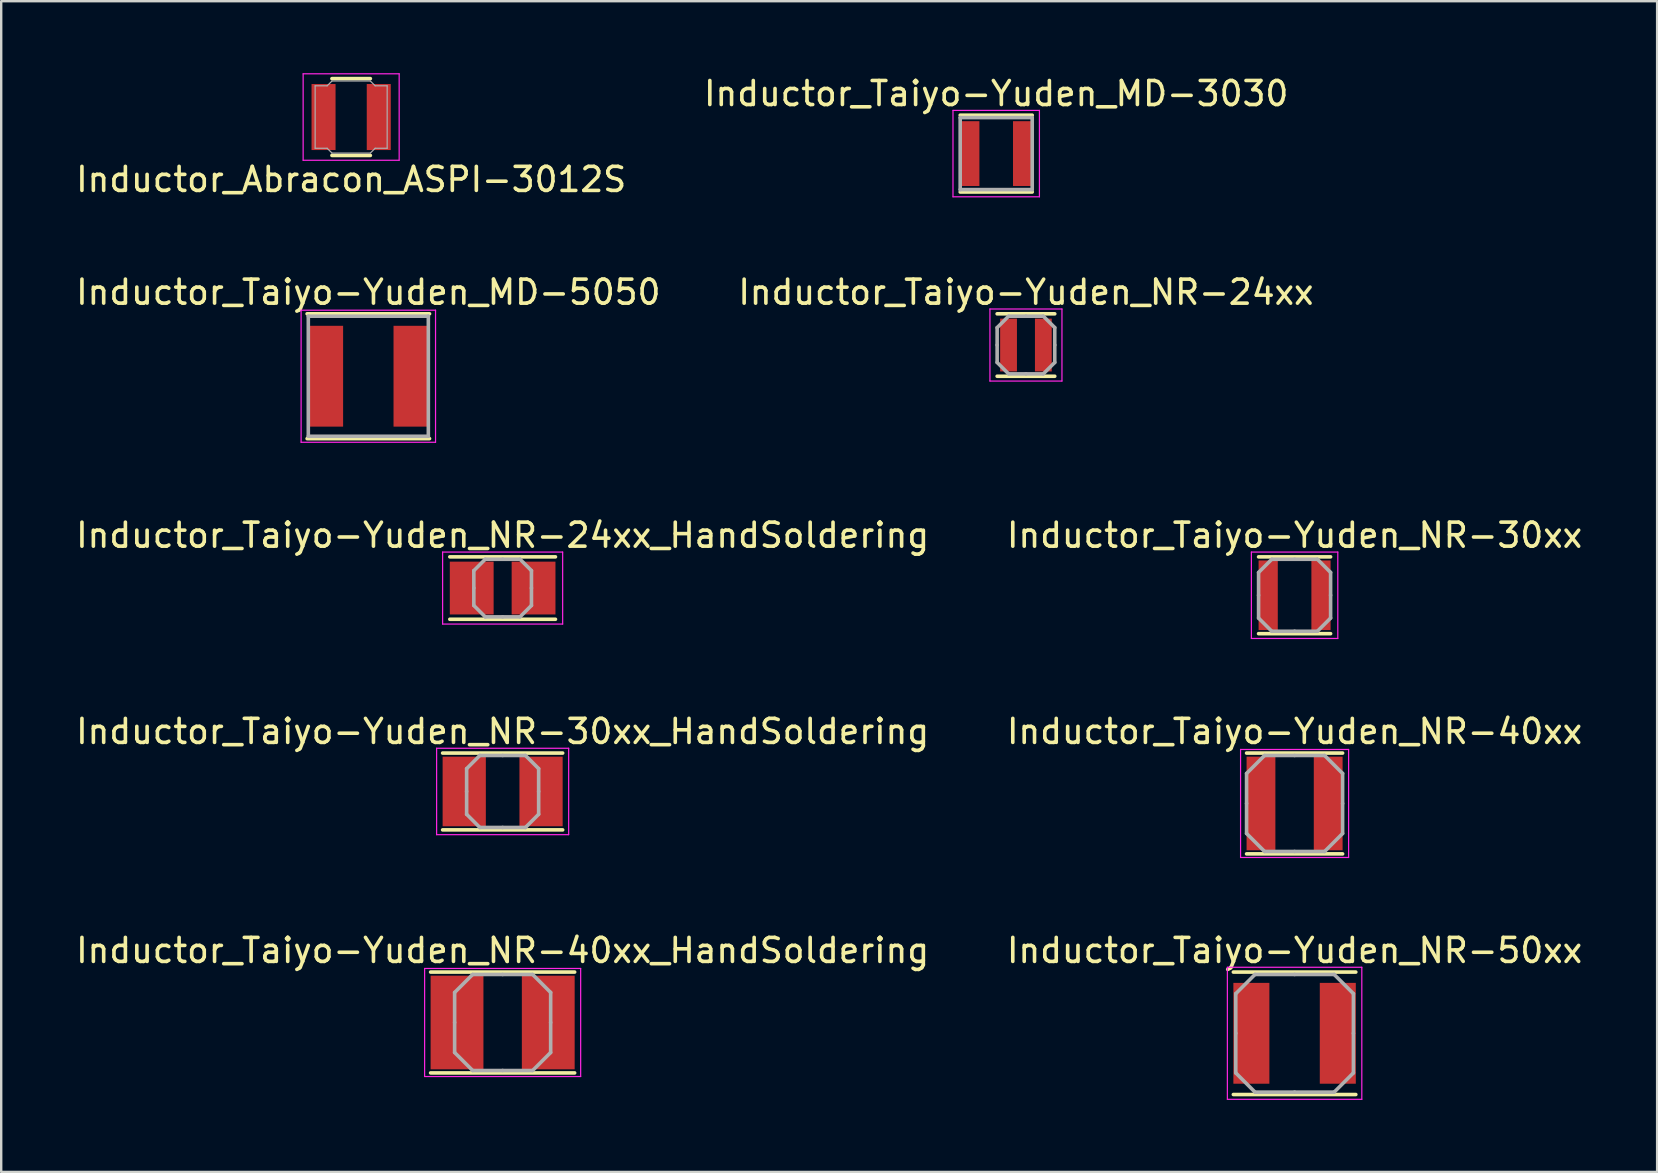
<source format=kicad_pcb>
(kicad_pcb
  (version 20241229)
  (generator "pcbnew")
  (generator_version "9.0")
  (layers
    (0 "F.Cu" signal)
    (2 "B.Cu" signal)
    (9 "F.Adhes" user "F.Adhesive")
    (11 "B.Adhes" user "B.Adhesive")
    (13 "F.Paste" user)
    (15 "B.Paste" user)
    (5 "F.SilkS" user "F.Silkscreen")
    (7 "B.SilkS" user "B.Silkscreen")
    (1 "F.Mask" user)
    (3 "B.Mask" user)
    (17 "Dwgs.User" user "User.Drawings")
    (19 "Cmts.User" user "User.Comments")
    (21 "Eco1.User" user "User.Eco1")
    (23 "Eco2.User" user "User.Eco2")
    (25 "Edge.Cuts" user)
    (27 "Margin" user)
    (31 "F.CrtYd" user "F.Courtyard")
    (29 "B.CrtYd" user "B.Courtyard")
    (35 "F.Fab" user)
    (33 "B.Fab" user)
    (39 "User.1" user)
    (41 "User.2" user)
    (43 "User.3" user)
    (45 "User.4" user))
  (footprint "Inductor_Taiyo-Yuden_MD-3030"
    (layer "F.Cu")
    (at 38.446 3.348)
    (property "Reference" "Inductor_Taiyo-Yuden_MD-3030" (at 0 -2.5 0) (layer "F.SilkS") (effects (font (size 1 1) (thickness 0.15))))
    (attr smd)
    (fp_line (start -1.5 -1.6) (end 1.5 -1.6) (stroke (width 0.15) (type solid)) (layer "F.SilkS"))
    (fp_line (start -1.5 1.6) (end 1.5 1.6) (stroke (width 0.15) (type solid)) (layer "F.SilkS"))
    (fp_line (start -1.8 -1.8) (end -1.8 1.8) (stroke (width 0.05) (type solid)) (layer "F.CrtYd"))
    (fp_line (start -1.8 1.8) (end 1.8 1.8) (stroke (width 0.05) (type solid)) (layer "F.CrtYd"))
    (fp_line (start 1.8 -1.8) (end -1.8 -1.8) (stroke (width 0.05) (type solid)) (layer "F.CrtYd"))
    (fp_line (start 1.8 1.8) (end 1.8 -1.8) (stroke (width 0.05) (type solid)) (layer "F.CrtYd"))
    (fp_line (start -1.5 -1.5) (end -1.5 1.5) (stroke (width 0.15) (type solid)) (layer "F.Fab"))
    (fp_line (start -1.5 1.5) (end 1.5 1.5) (stroke (width 0.15) (type solid)) (layer "F.Fab"))
    (fp_line (start 1.5 -1.5) (end -1.5 -1.5) (stroke (width 0.15) (type solid)) (layer "F.Fab"))
    (fp_line (start 1.5 1.5) (end 1.5 -1.5) (stroke (width 0.15) (type solid)) (layer "F.Fab"))
    (pad "1" smd rect (at -1.1 0) (size 0.8 2.7) (layers "F.Cu" "F.Mask" "F.Paste"))
    (pad "2" smd rect (at 1.1 0) (size 0.8 2.7) (layers "F.Cu" "F.Mask" "F.Paste")))
  (footprint "Inductor_Taiyo-Yuden_NR-30xx_HandSoldering"
    (layer "F.Cu")
    (at 17.887 29.918)
    (property "Reference" "Inductor_Taiyo-Yuden_NR-30xx_HandSoldering" (at 0 -2.5 0) (layer "F.SilkS") (effects (font (size 1 1) (thickness 0.15))))
    (attr smd)
    (fp_line (start -2.5 -1.6) (end 2.5 -1.6) (stroke (width 0.15) (type solid)) (layer "F.SilkS"))
    (fp_line (start -2.5 1.6) (end 2.5 1.6) (stroke (width 0.15) (type solid)) (layer "F.SilkS"))
    (fp_line (start -2.75 -1.8) (end -2.75 1.8) (stroke (width 0.05) (type solid)) (layer "F.CrtYd"))
    (fp_line (start -2.75 1.8) (end 2.75 1.8) (stroke (width 0.05) (type solid)) (layer "F.CrtYd"))
    (fp_line (start 2.75 -1.8) (end -2.75 -1.8) (stroke (width 0.05) (type solid)) (layer "F.CrtYd"))
    (fp_line (start 2.75 1.8) (end 2.75 -1.8) (stroke (width 0.05) (type solid)) (layer "F.CrtYd"))
    (fp_line (start -1.5 -0.95) (end -0.95 -1.5) (stroke (width 0.15) (type solid)) (layer "F.Fab"))
    (fp_line (start -1.5 0) (end -1.5 -0.95) (stroke (width 0.15) (type solid)) (layer "F.Fab"))
    (fp_line (start -1.5 0) (end -1.5 0.95) (stroke (width 0.15) (type solid)) (layer "F.Fab"))
    (fp_line (start -1.5 0.95) (end -0.95 1.5) (stroke (width 0.15) (type solid)) (layer "F.Fab"))
    (fp_line (start -0.95 -1.5) (end 0 -1.5) (stroke (width 0.15) (type solid)) (layer "F.Fab"))
    (fp_line (start -0.95 1.5) (end 0 1.5) (stroke (width 0.15) (type solid)) (layer "F.Fab"))
    (fp_line (start 0.95 -1.5) (end 0 -1.5) (stroke (width 0.15) (type solid)) (layer "F.Fab"))
    (fp_line (start 0.95 1.5) (end 0 1.5) (stroke (width 0.15) (type solid)) (layer "F.Fab"))
    (fp_line (start 1.5 -0.95) (end 0.95 -1.5) (stroke (width 0.15) (type solid)) (layer "F.Fab"))
    (fp_line (start 1.5 0) (end 1.5 -0.95) (stroke (width 0.15) (type solid)) (layer "F.Fab"))
    (fp_line (start 1.5 0) (end 1.5 0.95) (stroke (width 0.15) (type solid)) (layer "F.Fab"))
    (fp_line (start 1.5 0.95) (end 0.95 1.5) (stroke (width 0.15) (type solid)) (layer "F.Fab"))
    (pad "1" smd rect (at -1.6 0) (size 1.8 2.9) (layers "F.Cu" "F.Mask" "F.Paste"))
    (pad "2" smd rect (at 1.6 0) (size 1.8 2.9) (layers "F.Cu" "F.Mask" "F.Paste")))
  (footprint "Inductor_Taiyo-Yuden_NR-24xx_HandSoldering"
    (layer "F.Cu")
    (at 17.887 21.445)
    (property "Reference" "Inductor_Taiyo-Yuden_NR-24xx_HandSoldering" (at 0 -2.2 0) (layer "F.SilkS") (effects (font (size 1 1) (thickness 0.15))))
    (attr smd)
    (fp_line (start -2.2 -1.3) (end 2.2 -1.3) (stroke (width 0.15) (type solid)) (layer "F.SilkS"))
    (fp_line (start -2.2 1.3) (end 2.2 1.3) (stroke (width 0.15) (type solid)) (layer "F.SilkS"))
    (fp_line (start -2.5 -1.5) (end -2.5 1.5) (stroke (width 0.05) (type solid)) (layer "F.CrtYd"))
    (fp_line (start -2.5 1.5) (end 2.5 1.5) (stroke (width 0.05) (type solid)) (layer "F.CrtYd"))
    (fp_line (start 2.5 -1.5) (end -2.5 -1.5) (stroke (width 0.05) (type solid)) (layer "F.CrtYd"))
    (fp_line (start 2.5 1.5) (end 2.5 -1.5) (stroke (width 0.05) (type solid)) (layer "F.CrtYd"))
    (fp_line (start -1.2 -0.725) (end -0.725 -1.2) (stroke (width 0.15) (type solid)) (layer "F.Fab"))
    (fp_line (start -1.2 0) (end -1.2 -0.725) (stroke (width 0.15) (type solid)) (layer "F.Fab"))
    (fp_line (start -1.2 0) (end -1.2 0.725) (stroke (width 0.15) (type solid)) (layer "F.Fab"))
    (fp_line (start -1.2 0.725) (end -0.725 1.2) (stroke (width 0.15) (type solid)) (layer "F.Fab"))
    (fp_line (start -0.725 -1.2) (end 0 -1.2) (stroke (width 0.15) (type solid)) (layer "F.Fab"))
    (fp_line (start -0.725 1.2) (end 0 1.2) (stroke (width 0.15) (type solid)) (layer "F.Fab"))
    (fp_line (start 0.725 -1.2) (end 0 -1.2) (stroke (width 0.15) (type solid)) (layer "F.Fab"))
    (fp_line (start 0.725 1.2) (end 0 1.2) (stroke (width 0.15) (type solid)) (layer "F.Fab"))
    (fp_line (start 1.2 -0.725) (end 0.725 -1.2) (stroke (width 0.15) (type solid)) (layer "F.Fab"))
    (fp_line (start 1.2 0) (end 1.2 -0.725) (stroke (width 0.15) (type solid)) (layer "F.Fab"))
    (fp_line (start 1.2 0) (end 1.2 0.725) (stroke (width 0.15) (type solid)) (layer "F.Fab"))
    (fp_line (start 1.2 0.725) (end 0.725 1.2) (stroke (width 0.15) (type solid)) (layer "F.Fab"))
    (pad "1" smd rect (at -1.288 0) (size 1.825 2.2) (layers "F.Cu" "F.Mask" "F.Paste"))
    (pad "2" smd rect (at 1.288 0) (size 1.825 2.2) (layers "F.Cu" "F.Mask" "F.Paste")))
  (footprint "Inductor_Taiyo-Yuden_NR-50xx"
    (layer "F.Cu")
    (at 50.875 39.991)
    (property "Reference" "Inductor_Taiyo-Yuden_NR-50xx" (at 0 -3.45 0) (layer "F.SilkS") (effects (font (size 1 1) (thickness 0.15))))
    (attr smd)
    (fp_line (start -2.55 -2.55) (end 2.55 -2.55) (stroke (width 0.15) (type solid)) (layer "F.SilkS"))
    (fp_line (start -2.55 2.55) (end 2.55 2.55) (stroke (width 0.15) (type solid)) (layer "F.SilkS"))
    (fp_line (start -2.8 -2.75) (end -2.8 2.75) (stroke (width 0.05) (type solid)) (layer "F.CrtYd"))
    (fp_line (start -2.8 2.75) (end 2.8 2.75) (stroke (width 0.05) (type solid)) (layer "F.CrtYd"))
    (fp_line (start 2.8 -2.75) (end -2.8 -2.75) (stroke (width 0.05) (type solid)) (layer "F.CrtYd"))
    (fp_line (start 2.8 2.75) (end 2.8 -2.75) (stroke (width 0.05) (type solid)) (layer "F.CrtYd"))
    (fp_line (start -2.45 -1.65) (end -1.65 -2.45) (stroke (width 0.15) (type solid)) (layer "F.Fab"))
    (fp_line (start -2.45 0) (end -2.45 -1.65) (stroke (width 0.15) (type solid)) (layer "F.Fab"))
    (fp_line (start -2.45 0) (end -2.45 1.65) (stroke (width 0.15) (type solid)) (layer "F.Fab"))
    (fp_line (start -2.45 1.65) (end -1.65 2.45) (stroke (width 0.15) (type solid)) (layer "F.Fab"))
    (fp_line (start -1.65 -2.45) (end 0 -2.45) (stroke (width 0.15) (type solid)) (layer "F.Fab"))
    (fp_line (start -1.65 2.45) (end 0 2.45) (stroke (width 0.15) (type solid)) (layer "F.Fab"))
    (fp_line (start 1.65 -2.45) (end 0 -2.45) (stroke (width 0.15) (type solid)) (layer "F.Fab"))
    (fp_line (start 1.65 2.45) (end 0 2.45) (stroke (width 0.15) (type solid)) (layer "F.Fab"))
    (fp_line (start 2.45 -1.65) (end 1.65 -2.45) (stroke (width 0.15) (type solid)) (layer "F.Fab"))
    (fp_line (start 2.45 0) (end 2.45 -1.65) (stroke (width 0.15) (type solid)) (layer "F.Fab"))
    (fp_line (start 2.45 0) (end 2.45 1.65) (stroke (width 0.15) (type solid)) (layer "F.Fab"))
    (fp_line (start 2.45 1.65) (end 1.65 2.45) (stroke (width 0.15) (type solid)) (layer "F.Fab"))
    (pad "1" smd rect (at -1.8 0) (size 1.5 4.2) (layers "F.Cu" "F.Mask" "F.Paste"))
    (pad "2" smd rect (at 1.8 0) (size 1.5 4.2) (layers "F.Cu" "F.Mask" "F.Paste")))
  (footprint "Inductor_Taiyo-Yuden_NR-30xx"
    (layer "F.Cu")
    (at 50.875 21.745)
    (property "Reference" "Inductor_Taiyo-Yuden_NR-30xx" (at 0 -2.5 0) (layer "F.SilkS") (effects (font (size 1 1) (thickness 0.15))))
    (attr smd)
    (fp_line (start -1.5 -1.6) (end 1.5 -1.6) (stroke (width 0.15) (type solid)) (layer "F.SilkS"))
    (fp_line (start -1.5 1.6) (end 1.5 1.6) (stroke (width 0.15) (type solid)) (layer "F.SilkS"))
    (fp_line (start -1.8 -1.8) (end -1.8 1.8) (stroke (width 0.05) (type solid)) (layer "F.CrtYd"))
    (fp_line (start -1.8 1.8) (end 1.8 1.8) (stroke (width 0.05) (type solid)) (layer "F.CrtYd"))
    (fp_line (start 1.8 -1.8) (end -1.8 -1.8) (stroke (width 0.05) (type solid)) (layer "F.CrtYd"))
    (fp_line (start 1.8 1.8) (end 1.8 -1.8) (stroke (width 0.05) (type solid)) (layer "F.CrtYd"))
    (fp_line (start -1.5 -0.95) (end -0.95 -1.5) (stroke (width 0.15) (type solid)) (layer "F.Fab"))
    (fp_line (start -1.5 0) (end -1.5 -0.95) (stroke (width 0.15) (type solid)) (layer "F.Fab"))
    (fp_line (start -1.5 0) (end -1.5 0.95) (stroke (width 0.15) (type solid)) (layer "F.Fab"))
    (fp_line (start -1.5 0.95) (end -0.95 1.5) (stroke (width 0.15) (type solid)) (layer "F.Fab"))
    (fp_line (start -0.95 -1.5) (end 0 -1.5) (stroke (width 0.15) (type solid)) (layer "F.Fab"))
    (fp_line (start -0.95 1.5) (end 0 1.5) (stroke (width 0.15) (type solid)) (layer "F.Fab"))
    (fp_line (start 0.95 -1.5) (end 0 -1.5) (stroke (width 0.15) (type solid)) (layer "F.Fab"))
    (fp_line (start 0.95 1.5) (end 0 1.5) (stroke (width 0.15) (type solid)) (layer "F.Fab"))
    (fp_line (start 1.5 -0.95) (end 0.95 -1.5) (stroke (width 0.15) (type solid)) (layer "F.Fab"))
    (fp_line (start 1.5 0) (end 1.5 -0.95) (stroke (width 0.15) (type solid)) (layer "F.Fab"))
    (fp_line (start 1.5 0) (end 1.5 0.95) (stroke (width 0.15) (type solid)) (layer "F.Fab"))
    (fp_line (start 1.5 0.95) (end 0.95 1.5) (stroke (width 0.15) (type solid)) (layer "F.Fab"))
    (pad "1" smd rect (at -1.1 0) (size 0.8 2.9) (layers "F.Cu" "F.Mask" "F.Paste"))
    (pad "2" smd rect (at 1.1 0) (size 0.8 2.9) (layers "F.Cu" "F.Mask" "F.Paste")))
  (footprint "Inductor_Abracon_ASPI-3012S"
    (layer "F.Cu")
    (at 11.577 1.825)
    (property "Reference" "Inductor_Abracon_ASPI-3012S" (at 0 2.6 0) (layer "F.SilkS") (effects (font (size 1 1) (thickness 0.15))))
    (attr smd)
    (fp_line (start -0.8 -1.6) (end 0.8 -1.6) (stroke (width 0.15) (type solid)) (layer "F.SilkS"))
    (fp_line (start -0.8 1.6) (end 0.8 1.6) (stroke (width 0.15) (type solid)) (layer "F.SilkS"))
    (fp_line (start -2 -1.8) (end -2 1.8) (stroke (width 0.05) (type solid)) (layer "F.CrtYd"))
    (fp_line (start -2 1.8) (end 2 1.8) (stroke (width 0.05) (type solid)) (layer "F.CrtYd"))
    (fp_line (start 2 -1.8) (end -2 -1.8) (stroke (width 0.05) (type solid)) (layer "F.CrtYd"))
    (fp_line (start 2 1.8) (end 2 -1.8) (stroke (width 0.05) (type solid)) (layer "F.CrtYd"))
    (fp_line (start -1.5 -1.3) (end -1.5 1.3) (stroke (width 0.05) (type solid)) (layer "F.Fab"))
    (fp_line (start -1.5 1.3) (end -1 1.3) (stroke (width 0.05) (type solid)) (layer "F.Fab"))
    (fp_line (start -1 -1.3) (end -1.5 -1.3) (stroke (width 0.05) (type solid)) (layer "F.Fab"))
    (fp_line (start -1 1.3) (end -0.8 1.5) (stroke (width 0.05) (type solid)) (layer "F.Fab"))
    (fp_line (start -0.8 -1.5) (end -1 -1.3) (stroke (width 0.05) (type solid)) (layer "F.Fab"))
    (fp_line (start -0.8 1.5) (end 0.8 1.5) (stroke (width 0.05) (type solid)) (layer "F.Fab"))
    (fp_line (start 0.8 -1.5) (end -0.8 -1.5) (stroke (width 0.05) (type solid)) (layer "F.Fab"))
    (fp_line (start 0.8 1.5) (end 1 1.3) (stroke (width 0.05) (type solid)) (layer "F.Fab"))
    (fp_line (start 1 -1.3) (end 0.8 -1.5) (stroke (width 0.05) (type solid)) (layer "F.Fab"))
    (fp_line (start 1 1.3) (end 1.5 1.3) (stroke (width 0.05) (type solid)) (layer "F.Fab"))
    (fp_line (start 1.5 -1.3) (end 1 -1.3) (stroke (width 0.05) (type solid)) (layer "F.Fab"))
    (fp_line (start 1.5 1.3) (end 1.5 -1.3) (stroke (width 0.05) (type solid)) (layer "F.Fab"))
    (pad "1" smd rect (at -1.15 0) (size 1 2.75) (layers "F.Cu" "F.Mask" "F.Paste"))
    (pad "2" smd rect (at 1.15 0) (size 1 2.75) (layers "F.Cu" "F.Mask" "F.Paste")))
  (footprint "Inductor_Taiyo-Yuden_NR-40xx"
    (layer "F.Cu")
    (at 50.875 30.418)
    (property "Reference" "Inductor_Taiyo-Yuden_NR-40xx" (at 0 -3 0) (layer "F.SilkS") (effects (font (size 1 1) (thickness 0.15))))
    (attr smd)
    (fp_line (start -2 -2.1) (end 2 -2.1) (stroke (width 0.15) (type solid)) (layer "F.SilkS"))
    (fp_line (start -2 2.1) (end 2 2.1) (stroke (width 0.15) (type solid)) (layer "F.SilkS"))
    (fp_line (start -2.25 -2.25) (end -2.25 2.25) (stroke (width 0.05) (type solid)) (layer "F.CrtYd"))
    (fp_line (start -2.25 2.25) (end 2.25 2.25) (stroke (width 0.05) (type solid)) (layer "F.CrtYd"))
    (fp_line (start 2.25 -2.25) (end -2.25 -2.25) (stroke (width 0.05) (type solid)) (layer "F.CrtYd"))
    (fp_line (start 2.25 2.25) (end 2.25 -2.25) (stroke (width 0.05) (type solid)) (layer "F.CrtYd"))
    (fp_line (start -2 -1.25) (end -1.25 -2) (stroke (width 0.15) (type solid)) (layer "F.Fab"))
    (fp_line (start -2 0) (end -2 -1.25) (stroke (width 0.15) (type solid)) (layer "F.Fab"))
    (fp_line (start -2 0) (end -2 1.25) (stroke (width 0.15) (type solid)) (layer "F.Fab"))
    (fp_line (start -2 1.25) (end -1.25 2) (stroke (width 0.15) (type solid)) (layer "F.Fab"))
    (fp_line (start -1.25 -2) (end 0 -2) (stroke (width 0.15) (type solid)) (layer "F.Fab"))
    (fp_line (start -1.25 2) (end 0 2) (stroke (width 0.15) (type solid)) (layer "F.Fab"))
    (fp_line (start 1.25 -2) (end 0 -2) (stroke (width 0.15) (type solid)) (layer "F.Fab"))
    (fp_line (start 1.25 2) (end 0 2) (stroke (width 0.15) (type solid)) (layer "F.Fab"))
    (fp_line (start 2 -1.25) (end 1.25 -2) (stroke (width 0.15) (type solid)) (layer "F.Fab"))
    (fp_line (start 2 0) (end 2 -1.25) (stroke (width 0.15) (type solid)) (layer "F.Fab"))
    (fp_line (start 2 0) (end 2 1.25) (stroke (width 0.15) (type solid)) (layer "F.Fab"))
    (fp_line (start 2 1.25) (end 1.25 2) (stroke (width 0.15) (type solid)) (layer "F.Fab"))
    (pad "1" smd rect (at -1.4 0) (size 1.2 3.9) (layers "F.Cu" "F.Mask" "F.Paste"))
    (pad "2" smd rect (at 1.4 0) (size 1.2 3.9) (layers "F.Cu" "F.Mask" "F.Paste")))
  (footprint "Inductor_Taiyo-Yuden_MD-5050"
    (layer "F.Cu")
    (at 12.292 12.621)
    (property "Reference" "Inductor_Taiyo-Yuden_MD-5050" (at 0 -3.5 0) (layer "F.SilkS") (effects (font (size 1 1) (thickness 0.15))))
    (attr smd)
    (fp_line (start -2.55 -2.6) (end 2.55 -2.6) (stroke (width 0.15) (type solid)) (layer "F.SilkS"))
    (fp_line (start -2.55 2.6) (end 2.55 2.6) (stroke (width 0.15) (type solid)) (layer "F.SilkS"))
    (fp_line (start -2.8 -2.75) (end -2.8 2.75) (stroke (width 0.05) (type solid)) (layer "F.CrtYd"))
    (fp_line (start -2.8 2.75) (end 2.8 2.75) (stroke (width 0.05) (type solid)) (layer "F.CrtYd"))
    (fp_line (start 2.8 -2.75) (end -2.8 -2.75) (stroke (width 0.05) (type solid)) (layer "F.CrtYd"))
    (fp_line (start 2.8 2.75) (end 2.8 -2.75) (stroke (width 0.05) (type solid)) (layer "F.CrtYd"))
    (fp_line (start -2.5 -2.5) (end -2.5 2.5) (stroke (width 0.15) (type solid)) (layer "F.Fab"))
    (fp_line (start -2.5 2.5) (end 2.5 2.5) (stroke (width 0.15) (type solid)) (layer "F.Fab"))
    (fp_line (start 2.5 -2.5) (end -2.5 -2.5) (stroke (width 0.15) (type solid)) (layer "F.Fab"))
    (fp_line (start 2.5 2.5) (end 2.5 -2.5) (stroke (width 0.15) (type solid)) (layer "F.Fab"))
    (pad "1" smd rect (at -1.8 0) (size 1.5 4.2) (layers "F.Cu" "F.Mask" "F.Paste"))
    (pad "2" smd rect (at 1.8 0) (size 1.5 4.2) (layers "F.Cu" "F.Mask" "F.Paste")))
  (footprint "Inductor_Taiyo-Yuden_NR-40xx_HandSoldering"
    (layer "F.Cu")
    (at 17.887 39.541)
    (property "Reference" "Inductor_Taiyo-Yuden_NR-40xx_HandSoldering" (at 0 -3 0) (layer "F.SilkS") (effects (font (size 1 1) (thickness 0.15))))
    (attr smd)
    (fp_line (start -3 -2.1) (end 3 -2.1) (stroke (width 0.15) (type solid)) (layer "F.SilkS"))
    (fp_line (start -3 2.1) (end 3 2.1) (stroke (width 0.15) (type solid)) (layer "F.SilkS"))
    (fp_line (start -3.25 -2.25) (end -3.25 2.25) (stroke (width 0.05) (type solid)) (layer "F.CrtYd"))
    (fp_line (start -3.25 2.25) (end 3.25 2.25) (stroke (width 0.05) (type solid)) (layer "F.CrtYd"))
    (fp_line (start 3.25 -2.25) (end -3.25 -2.25) (stroke (width 0.05) (type solid)) (layer "F.CrtYd"))
    (fp_line (start 3.25 2.25) (end 3.25 -2.25) (stroke (width 0.05) (type solid)) (layer "F.CrtYd"))
    (fp_line (start -2 -1.25) (end -1.25 -2) (stroke (width 0.15) (type solid)) (layer "F.Fab"))
    (fp_line (start -2 0) (end -2 -1.25) (stroke (width 0.15) (type solid)) (layer "F.Fab"))
    (fp_line (start -2 0) (end -2 1.25) (stroke (width 0.15) (type solid)) (layer "F.Fab"))
    (fp_line (start -2 1.25) (end -1.25 2) (stroke (width 0.15) (type solid)) (layer "F.Fab"))
    (fp_line (start -1.25 -2) (end 0 -2) (stroke (width 0.15) (type solid)) (layer "F.Fab"))
    (fp_line (start -1.25 2) (end 0 2) (stroke (width 0.15) (type solid)) (layer "F.Fab"))
    (fp_line (start 1.25 -2) (end 0 -2) (stroke (width 0.15) (type solid)) (layer "F.Fab"))
    (fp_line (start 1.25 2) (end 0 2) (stroke (width 0.15) (type solid)) (layer "F.Fab"))
    (fp_line (start 2 -1.25) (end 1.25 -2) (stroke (width 0.15) (type solid)) (layer "F.Fab"))
    (fp_line (start 2 0) (end 2 -1.25) (stroke (width 0.15) (type solid)) (layer "F.Fab"))
    (fp_line (start 2 0) (end 2 1.25) (stroke (width 0.15) (type solid)) (layer "F.Fab"))
    (fp_line (start 2 1.25) (end 1.25 2) (stroke (width 0.15) (type solid)) (layer "F.Fab"))
    (pad "1" smd rect (at -1.9 0) (size 2.2 3.9) (layers "F.Cu" "F.Mask" "F.Paste"))
    (pad "2" smd rect (at 1.9 0) (size 2.2 3.9) (layers "F.Cu" "F.Mask" "F.Paste")))
  (footprint "Inductor_Taiyo-Yuden_NR-24xx"
    (layer "F.Cu")
    (at 39.685 11.322)
    (property "Reference" "Inductor_Taiyo-Yuden_NR-24xx" (at 0 -2.2 0) (layer "F.SilkS") (effects (font (size 1 1) (thickness 0.15))))
    (attr smd)
    (fp_line (start -1.2 -1.3) (end 1.2 -1.3) (stroke (width 0.15) (type solid)) (layer "F.SilkS"))
    (fp_line (start -1.2 1.3) (end 1.2 1.3) (stroke (width 0.15) (type solid)) (layer "F.SilkS"))
    (fp_line (start -1.5 -1.5) (end -1.5 1.5) (stroke (width 0.05) (type solid)) (layer "F.CrtYd"))
    (fp_line (start -1.5 1.5) (end 1.5 1.5) (stroke (width 0.05) (type solid)) (layer "F.CrtYd"))
    (fp_line (start 1.5 -1.5) (end -1.5 -1.5) (stroke (width 0.05) (type solid)) (layer "F.CrtYd"))
    (fp_line (start 1.5 1.5) (end 1.5 -1.5) (stroke (width 0.05) (type solid)) (layer "F.CrtYd"))
    (fp_line (start -1.2 -0.725) (end -0.725 -1.2) (stroke (width 0.15) (type solid)) (layer "F.Fab"))
    (fp_line (start -1.2 0) (end -1.2 -0.725) (stroke (width 0.15) (type solid)) (layer "F.Fab"))
    (fp_line (start -1.2 0) (end -1.2 0.725) (stroke (width 0.15) (type solid)) (layer "F.Fab"))
    (fp_line (start -1.2 0.725) (end -0.725 1.2) (stroke (width 0.15) (type solid)) (layer "F.Fab"))
    (fp_line (start -0.725 -1.2) (end 0 -1.2) (stroke (width 0.15) (type solid)) (layer "F.Fab"))
    (fp_line (start -0.725 1.2) (end 0 1.2) (stroke (width 0.15) (type solid)) (layer "F.Fab"))
    (fp_line (start 0.725 -1.2) (end 0 -1.2) (stroke (width 0.15) (type solid)) (layer "F.Fab"))
    (fp_line (start 0.725 1.2) (end 0 1.2) (stroke (width 0.15) (type solid)) (layer "F.Fab"))
    (fp_line (start 1.2 -0.725) (end 0.725 -1.2) (stroke (width 0.15) (type solid)) (layer "F.Fab"))
    (fp_line (start 1.2 0) (end 1.2 -0.725) (stroke (width 0.15) (type solid)) (layer "F.Fab"))
    (fp_line (start 1.2 0) (end 1.2 0.725) (stroke (width 0.15) (type solid)) (layer "F.Fab"))
    (fp_line (start 1.2 0.725) (end 0.725 1.2) (stroke (width 0.15) (type solid)) (layer "F.Fab"))
    (pad "1" smd rect (at -0.725 0) (size 0.7 2.2) (layers "F.Cu" "F.Mask" "F.Paste"))
    (pad "2" smd rect (at 0.725 0) (size 0.7 2.2) (layers "F.Cu" "F.Mask" "F.Paste")))
  (gr_rect
    (start -3 -3)
    (end 65.976 45.766)
    (stroke (width 0.1) (type default))
    (fill no)
    (layer "Edge.Cuts")))
</source>
